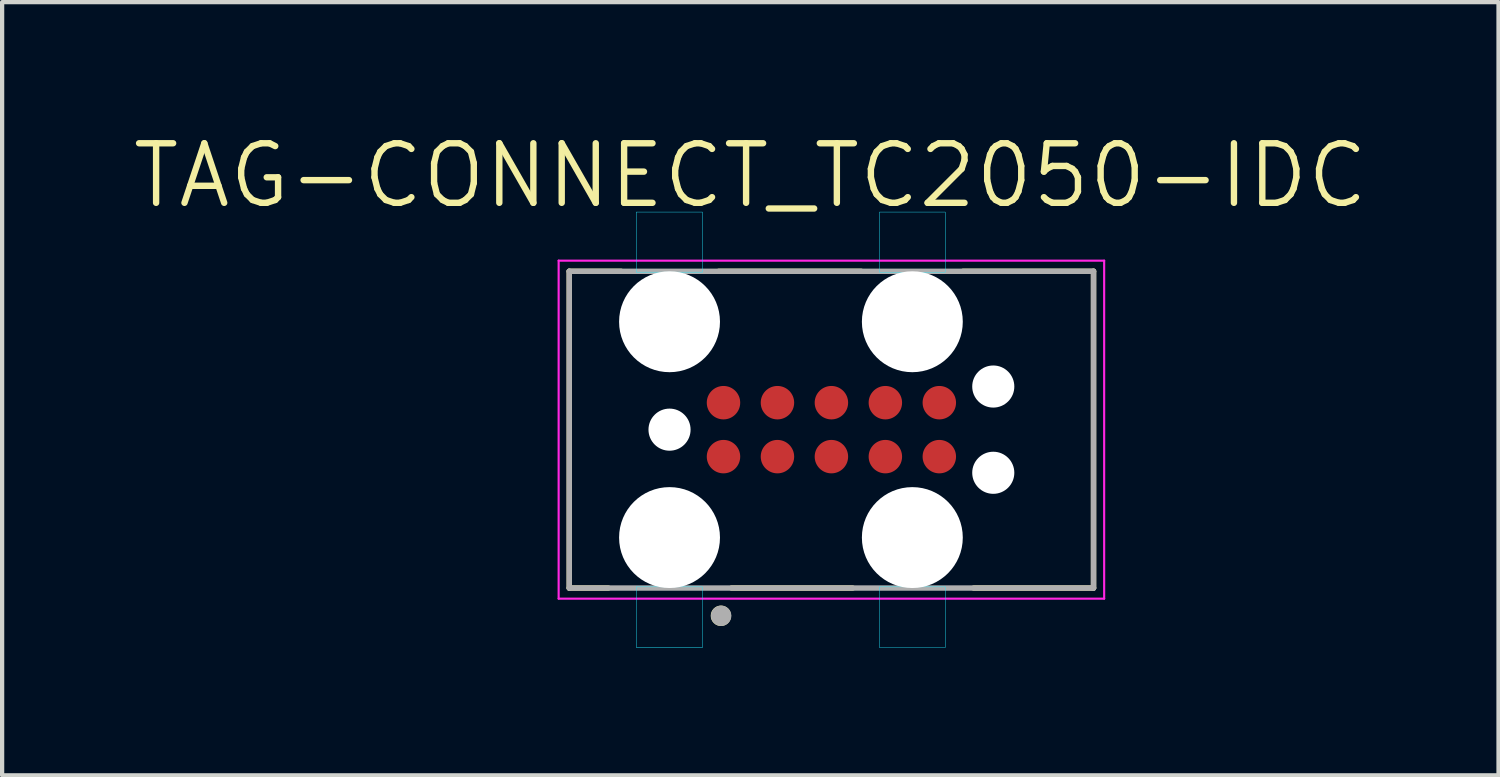
<source format=kicad_pcb>
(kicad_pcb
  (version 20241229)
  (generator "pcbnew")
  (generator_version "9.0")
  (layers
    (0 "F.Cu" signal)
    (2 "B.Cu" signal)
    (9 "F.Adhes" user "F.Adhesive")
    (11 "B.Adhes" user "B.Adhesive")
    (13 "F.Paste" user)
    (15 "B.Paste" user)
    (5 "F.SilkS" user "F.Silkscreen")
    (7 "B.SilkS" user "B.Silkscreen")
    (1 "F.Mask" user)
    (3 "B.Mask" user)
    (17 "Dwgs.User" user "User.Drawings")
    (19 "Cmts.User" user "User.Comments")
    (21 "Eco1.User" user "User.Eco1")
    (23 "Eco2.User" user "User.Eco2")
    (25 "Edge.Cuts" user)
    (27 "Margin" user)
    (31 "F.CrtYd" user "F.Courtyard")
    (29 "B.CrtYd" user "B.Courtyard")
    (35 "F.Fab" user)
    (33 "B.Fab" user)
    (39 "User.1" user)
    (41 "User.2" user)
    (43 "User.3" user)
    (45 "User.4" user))
  (footprint "TAG-CONNECT_TC2050-IDC"
    (layer "F.Cu")
    (at 16.519 7.063)
    (property "Reference" "TAG-CONNECT_TC2050-IDC" (at -1.908 -5.98 0) (layer "F.SilkS") (effects (font (size 1.402 1.402) (thickness 0.15))))
    (attr smd)
    (fp_line (start -6.17 -3.728) (end -4.95 -3.728) (stroke (width 0.127) (type solid)) (layer "F.SilkS"))
    (fp_line (start -6.17 3.728) (end -6.17 -3.728) (stroke (width 0.127) (type solid)) (layer "F.SilkS"))
    (fp_line (start -5.25 3.728) (end -6.17 3.728) (stroke (width 0.127) (type solid)) (layer "F.SilkS"))
    (fp_line (start -2.65 -3.728) (end 0.7 -3.728) (stroke (width 0.127) (type solid)) (layer "F.SilkS"))
    (fp_line (start 0.5 3.728) (end -2.35 3.728) (stroke (width 0.127) (type solid)) (layer "F.SilkS"))
    (fp_line (start 3.1 -3.728) (end 6.17 -3.728) (stroke (width 0.127) (type solid)) (layer "F.SilkS"))
    (fp_line (start 6.17 -3.728) (end 6.17 3.728) (stroke (width 0.127) (type solid)) (layer "F.SilkS"))
    (fp_line (start 6.17 3.728) (end 3.35 3.728) (stroke (width 0.127) (type solid)) (layer "F.SilkS"))
    (fp_circle (center -2.6 4.381) (end -2.48 4.381) (stroke (width 0.24) (type solid)) (fill no) (layer "F.SilkS"))
    (fp_poly (pts (xy -2.54 -0.241) (xy -2.54 0.241) (xy 2.54 0.241) (xy 2.54 -0.241)) (stroke (width 0.0001) (type solid)) (fill no) (layer "Dwgs.User"))
    (fp_poly (pts (xy -2.54 0) (xy -2.54 0.241) (xy 2.54 0.241) (xy 2.54 -0.241) (xy -2.54 -0.241)) (stroke (width 0.0001) (type solid)) (fill no) (layer "Dwgs.User"))
    (fp_poly (pts (xy -2.54 0.241) (xy -1.27 0.241) (xy -1.291 0.242) (xy -1.311 0.243) (xy -1.332 0.246) (xy -1.352 0.25) (xy -1.372 0.255) (xy -1.392 0.261) (xy -1.411 0.267) (xy -1.43 0.275) (xy -1.449 0.284) (xy -1.467 0.294) (xy -1.484 0.305) (xy -1.501 0.316) (xy -1.518 0.329) (xy -1.533 0.342) (xy -1.548 0.357) (xy -1.563 0.372) (xy -1.576 0.387) (xy -1.589 0.404) (xy -1.6 0.421) (xy -1.611 0.438) (xy -1.621 0.456) (xy -1.63 0.475) (xy -1.638 0.494) (xy -1.644 0.513) (xy -1.65 0.533) (xy -1.655 0.553) (xy -1.659 0.573) (xy -1.662 0.594) (xy -1.663 0.614) (xy -1.664 0.635) (xy -2.146 0.635) (xy -2.147 0.614) (xy -2.148 0.594) (xy -2.151 0.573) (xy -2.155 0.553) (xy -2.16 0.533) (xy -2.166 0.513) (xy -2.172 0.494) (xy -2.18 0.475) (xy -2.189 0.456) (xy -2.199 0.438) (xy -2.21 0.421) (xy -2.221 0.404) (xy -2.234 0.387) (xy -2.247 0.372) (xy -2.262 0.357) (xy -2.277 0.342) (xy -2.292 0.329) (xy -2.309 0.316) (xy -2.326 0.305) (xy -2.343 0.294) (xy -2.361 0.284) (xy -2.38 0.275) (xy -2.399 0.267) (xy -2.418 0.261) (xy -2.438 0.255) (xy -2.458 0.25) (xy -2.478 0.246) (xy -2.499 0.243) (xy -2.519 0.242) (xy -2.54 0.241) (xy -2.54 0.241)) (stroke (width 0.0001) (type solid)) (fill no) (layer "Dwgs.User"))
    (fp_poly (pts (xy -2.54 0.241) (xy -1.27 0.241) (xy -1.291 0.242) (xy -1.311 0.243) (xy -1.332 0.246) (xy -1.352 0.25) (xy -1.372 0.255) (xy -1.392 0.261) (xy -1.411 0.267) (xy -1.43 0.275) (xy -1.449 0.284) (xy -1.467 0.294) (xy -1.484 0.305) (xy -1.501 0.316) (xy -1.518 0.329) (xy -1.533 0.342) (xy -1.548 0.357) (xy -1.563 0.372) (xy -1.576 0.387) (xy -1.589 0.404) (xy -1.6 0.421) (xy -1.611 0.438) (xy -1.621 0.456) (xy -1.63 0.475) (xy -1.638 0.494) (xy -1.644 0.513) (xy -1.65 0.533) (xy -1.655 0.553) (xy -1.659 0.573) (xy -1.662 0.594) (xy -1.663 0.614) (xy -1.664 0.635) (xy -2.146 0.635) (xy -2.147 0.614) (xy -2.148 0.594) (xy -2.151 0.573) (xy -2.155 0.553) (xy -2.16 0.533) (xy -2.166 0.513) (xy -2.172 0.494) (xy -2.18 0.475) (xy -2.189 0.456) (xy -2.199 0.438) (xy -2.21 0.421) (xy -2.221 0.404) (xy -2.234 0.387) (xy -2.247 0.372) (xy -2.262 0.357) (xy -2.277 0.342) (xy -2.292 0.329) (xy -2.309 0.316) (xy -2.326 0.305) (xy -2.343 0.294) (xy -2.361 0.284) (xy -2.38 0.275) (xy -2.399 0.267) (xy -2.418 0.261) (xy -2.438 0.255) (xy -2.458 0.25) (xy -2.478 0.246) (xy -2.499 0.243) (xy -2.519 0.242) (xy -2.54 0.241) (xy -2.54 0.241)) (stroke (width 0.0001) (type solid)) (fill no) (layer "Dwgs.User"))
    (fp_poly (pts (xy -1.27 -0.241) (xy -2.54 -0.241) (xy -2.519 -0.242) (xy -2.499 -0.243) (xy -2.478 -0.246) (xy -2.458 -0.25) (xy -2.438 -0.255) (xy -2.418 -0.261) (xy -2.399 -0.267) (xy -2.38 -0.275) (xy -2.361 -0.284) (xy -2.343 -0.294) (xy -2.326 -0.305) (xy -2.309 -0.316) (xy -2.292 -0.329) (xy -2.277 -0.342) (xy -2.262 -0.357) (xy -2.247 -0.372) (xy -2.234 -0.387) (xy -2.221 -0.404) (xy -2.21 -0.421) (xy -2.199 -0.438) (xy -2.189 -0.456) (xy -2.18 -0.475) (xy -2.172 -0.494) (xy -2.166 -0.513) (xy -2.16 -0.533) (xy -2.155 -0.553) (xy -2.151 -0.573) (xy -2.148 -0.594) (xy -2.147 -0.614) (xy -2.146 -0.635) (xy -1.664 -0.635) (xy -1.663 -0.614) (xy -1.662 -0.594) (xy -1.659 -0.573) (xy -1.655 -0.553) (xy -1.65 -0.533) (xy -1.644 -0.513) (xy -1.638 -0.494) (xy -1.63 -0.475) (xy -1.621 -0.456) (xy -1.611 -0.438) (xy -1.6 -0.421) (xy -1.589 -0.404) (xy -1.576 -0.387) (xy -1.563 -0.372) (xy -1.548 -0.357) (xy -1.533 -0.342) (xy -1.518 -0.329) (xy -1.501 -0.316) (xy -1.484 -0.305) (xy -1.467 -0.294) (xy -1.449 -0.284) (xy -1.43 -0.275) (xy -1.411 -0.267) (xy -1.392 -0.261) (xy -1.372 -0.255) (xy -1.352 -0.25) (xy -1.332 -0.246) (xy -1.311 -0.243) (xy -1.291 -0.242) (xy -1.27 -0.241) (xy -1.27 -0.241)) (stroke (width 0.0001) (type solid)) (fill no) (layer "Dwgs.User"))
    (fp_poly (pts (xy -1.27 -0.241) (xy -2.54 -0.241) (xy -2.519 -0.242) (xy -2.499 -0.243) (xy -2.478 -0.246) (xy -2.458 -0.25) (xy -2.438 -0.255) (xy -2.418 -0.261) (xy -2.399 -0.267) (xy -2.38 -0.275) (xy -2.361 -0.284) (xy -2.343 -0.294) (xy -2.326 -0.305) (xy -2.309 -0.316) (xy -2.292 -0.329) (xy -2.277 -0.342) (xy -2.262 -0.357) (xy -2.247 -0.372) (xy -2.234 -0.387) (xy -2.221 -0.404) (xy -2.21 -0.421) (xy -2.199 -0.438) (xy -2.189 -0.456) (xy -2.18 -0.475) (xy -2.172 -0.494) (xy -2.166 -0.513) (xy -2.16 -0.533) (xy -2.155 -0.553) (xy -2.151 -0.573) (xy -2.148 -0.594) (xy -2.147 -0.614) (xy -2.146 -0.635) (xy -1.664 -0.635) (xy -1.663 -0.614) (xy -1.662 -0.594) (xy -1.659 -0.573) (xy -1.655 -0.553) (xy -1.65 -0.533) (xy -1.644 -0.513) (xy -1.638 -0.494) (xy -1.63 -0.475) (xy -1.621 -0.456) (xy -1.611 -0.438) (xy -1.6 -0.421) (xy -1.589 -0.404) (xy -1.576 -0.387) (xy -1.563 -0.372) (xy -1.548 -0.357) (xy -1.533 -0.342) (xy -1.518 -0.329) (xy -1.501 -0.316) (xy -1.484 -0.305) (xy -1.467 -0.294) (xy -1.449 -0.284) (xy -1.43 -0.275) (xy -1.411 -0.267) (xy -1.392 -0.261) (xy -1.372 -0.255) (xy -1.352 -0.25) (xy -1.332 -0.246) (xy -1.311 -0.243) (xy -1.291 -0.242) (xy -1.27 -0.241) (xy -1.27 -0.241)) (stroke (width 0.0001) (type solid)) (fill no) (layer "Dwgs.User"))
    (fp_poly (pts (xy -1.27 0.241) (xy 0 0.241) (xy -0.021 0.242) (xy -0.041 0.243) (xy -0.062 0.246) (xy -0.082 0.25) (xy -0.102 0.255) (xy -0.122 0.261) (xy -0.141 0.267) (xy -0.16 0.275) (xy -0.179 0.284) (xy -0.197 0.294) (xy -0.214 0.305) (xy -0.231 0.316) (xy -0.248 0.329) (xy -0.263 0.342) (xy -0.278 0.357) (xy -0.293 0.372) (xy -0.306 0.387) (xy -0.319 0.404) (xy -0.33 0.421) (xy -0.341 0.438) (xy -0.351 0.456) (xy -0.36 0.475) (xy -0.368 0.494) (xy -0.374 0.513) (xy -0.38 0.533) (xy -0.385 0.553) (xy -0.389 0.573) (xy -0.392 0.594) (xy -0.393 0.614) (xy -0.394 0.635) (xy -0.876 0.635) (xy -0.877 0.614) (xy -0.878 0.594) (xy -0.881 0.573) (xy -0.885 0.553) (xy -0.89 0.533) (xy -0.896 0.513) (xy -0.902 0.494) (xy -0.91 0.475) (xy -0.919 0.456) (xy -0.929 0.438) (xy -0.94 0.421) (xy -0.951 0.404) (xy -0.964 0.387) (xy -0.977 0.372) (xy -0.992 0.357) (xy -1.007 0.342) (xy -1.022 0.329) (xy -1.039 0.316) (xy -1.056 0.305) (xy -1.073 0.294) (xy -1.091 0.284) (xy -1.11 0.275) (xy -1.129 0.267) (xy -1.148 0.261) (xy -1.168 0.255) (xy -1.188 0.25) (xy -1.208 0.246) (xy -1.229 0.243) (xy -1.249 0.242) (xy -1.27 0.241) (xy -1.27 0.241)) (stroke (width 0.0001) (type solid)) (fill no) (layer "Dwgs.User"))
    (fp_poly (pts (xy -1.27 0.241) (xy 0 0.241) (xy -0.021 0.242) (xy -0.041 0.243) (xy -0.062 0.246) (xy -0.082 0.25) (xy -0.102 0.255) (xy -0.122 0.261) (xy -0.141 0.267) (xy -0.16 0.275) (xy -0.179 0.284) (xy -0.197 0.294) (xy -0.214 0.305) (xy -0.231 0.316) (xy -0.248 0.329) (xy -0.263 0.342) (xy -0.278 0.357) (xy -0.293 0.372) (xy -0.306 0.387) (xy -0.319 0.404) (xy -0.33 0.421) (xy -0.341 0.438) (xy -0.351 0.456) (xy -0.36 0.475) (xy -0.368 0.494) (xy -0.374 0.513) (xy -0.38 0.533) (xy -0.385 0.553) (xy -0.389 0.573) (xy -0.392 0.594) (xy -0.393 0.614) (xy -0.394 0.635) (xy -0.876 0.635) (xy -0.877 0.614) (xy -0.878 0.594) (xy -0.881 0.573) (xy -0.885 0.553) (xy -0.89 0.533) (xy -0.896 0.513) (xy -0.902 0.494) (xy -0.91 0.475) (xy -0.919 0.456) (xy -0.929 0.438) (xy -0.94 0.421) (xy -0.951 0.404) (xy -0.964 0.387) (xy -0.977 0.372) (xy -0.992 0.357) (xy -1.007 0.342) (xy -1.022 0.329) (xy -1.039 0.316) (xy -1.056 0.305) (xy -1.073 0.294) (xy -1.091 0.284) (xy -1.11 0.275) (xy -1.129 0.267) (xy -1.148 0.261) (xy -1.168 0.255) (xy -1.188 0.25) (xy -1.208 0.246) (xy -1.229 0.243) (xy -1.249 0.242) (xy -1.27 0.241) (xy -1.27 0.241)) (stroke (width 0.0001) (type solid)) (fill no) (layer "Dwgs.User"))
    (fp_poly (pts (xy 0 -0.241) (xy -1.27 -0.241) (xy -1.249 -0.242) (xy -1.229 -0.243) (xy -1.208 -0.246) (xy -1.188 -0.25) (xy -1.168 -0.255) (xy -1.148 -0.261) (xy -1.129 -0.267) (xy -1.11 -0.275) (xy -1.091 -0.284) (xy -1.073 -0.294) (xy -1.056 -0.305) (xy -1.039 -0.316) (xy -1.022 -0.329) (xy -1.007 -0.342) (xy -0.992 -0.357) (xy -0.977 -0.372) (xy -0.964 -0.387) (xy -0.951 -0.404) (xy -0.94 -0.421) (xy -0.929 -0.438) (xy -0.919 -0.456) (xy -0.91 -0.475) (xy -0.902 -0.494) (xy -0.896 -0.513) (xy -0.89 -0.533) (xy -0.885 -0.553) (xy -0.881 -0.573) (xy -0.878 -0.594) (xy -0.877 -0.614) (xy -0.876 -0.635) (xy -0.394 -0.635) (xy -0.393 -0.614) (xy -0.392 -0.594) (xy -0.389 -0.573) (xy -0.385 -0.553) (xy -0.38 -0.533) (xy -0.374 -0.513) (xy -0.368 -0.494) (xy -0.36 -0.475) (xy -0.351 -0.456) (xy -0.341 -0.438) (xy -0.33 -0.421) (xy -0.319 -0.404) (xy -0.306 -0.387) (xy -0.293 -0.372) (xy -0.278 -0.357) (xy -0.263 -0.342) (xy -0.248 -0.329) (xy -0.231 -0.316) (xy -0.214 -0.305) (xy -0.197 -0.294) (xy -0.179 -0.284) (xy -0.16 -0.275) (xy -0.141 -0.267) (xy -0.122 -0.261) (xy -0.102 -0.255) (xy -0.082 -0.25) (xy -0.062 -0.246) (xy -0.041 -0.243) (xy -0.021 -0.242) (xy 0 -0.241) (xy 0 -0.241)) (stroke (width 0.0001) (type solid)) (fill no) (layer "Dwgs.User"))
    (fp_poly (pts (xy 0 -0.241) (xy -1.27 -0.241) (xy -1.249 -0.242) (xy -1.229 -0.243) (xy -1.208 -0.246) (xy -1.188 -0.25) (xy -1.168 -0.255) (xy -1.148 -0.261) (xy -1.129 -0.267) (xy -1.11 -0.275) (xy -1.091 -0.284) (xy -1.073 -0.294) (xy -1.056 -0.305) (xy -1.039 -0.316) (xy -1.022 -0.329) (xy -1.007 -0.342) (xy -0.992 -0.357) (xy -0.977 -0.372) (xy -0.964 -0.387) (xy -0.951 -0.404) (xy -0.94 -0.421) (xy -0.929 -0.438) (xy -0.919 -0.456) (xy -0.91 -0.475) (xy -0.902 -0.494) (xy -0.896 -0.513) (xy -0.89 -0.533) (xy -0.885 -0.553) (xy -0.881 -0.573) (xy -0.878 -0.594) (xy -0.877 -0.614) (xy -0.876 -0.635) (xy -0.394 -0.635) (xy -0.393 -0.614) (xy -0.392 -0.594) (xy -0.389 -0.573) (xy -0.385 -0.553) (xy -0.38 -0.533) (xy -0.374 -0.513) (xy -0.368 -0.494) (xy -0.36 -0.475) (xy -0.351 -0.456) (xy -0.341 -0.438) (xy -0.33 -0.421) (xy -0.319 -0.404) (xy -0.306 -0.387) (xy -0.293 -0.372) (xy -0.278 -0.357) (xy -0.263 -0.342) (xy -0.248 -0.329) (xy -0.231 -0.316) (xy -0.214 -0.305) (xy -0.197 -0.294) (xy -0.179 -0.284) (xy -0.16 -0.275) (xy -0.141 -0.267) (xy -0.122 -0.261) (xy -0.102 -0.255) (xy -0.082 -0.25) (xy -0.062 -0.246) (xy -0.041 -0.243) (xy -0.021 -0.242) (xy 0 -0.241) (xy 0 -0.241)) (stroke (width 0.0001) (type solid)) (fill no) (layer "Dwgs.User"))
    (fp_poly (pts (xy 0 0.241) (xy 1.27 0.241) (xy 1.249 0.242) (xy 1.229 0.243) (xy 1.208 0.246) (xy 1.188 0.25) (xy 1.168 0.255) (xy 1.148 0.261) (xy 1.129 0.267) (xy 1.11 0.275) (xy 1.091 0.284) (xy 1.073 0.294) (xy 1.056 0.305) (xy 1.039 0.316) (xy 1.022 0.329) (xy 1.007 0.342) (xy 0.992 0.357) (xy 0.977 0.372) (xy 0.964 0.387) (xy 0.951 0.404) (xy 0.94 0.421) (xy 0.929 0.438) (xy 0.919 0.456) (xy 0.91 0.475) (xy 0.902 0.494) (xy 0.896 0.513) (xy 0.89 0.533) (xy 0.885 0.553) (xy 0.881 0.573) (xy 0.878 0.594) (xy 0.877 0.614) (xy 0.876 0.635) (xy 0.394 0.635) (xy 0.393 0.614) (xy 0.392 0.594) (xy 0.389 0.573) (xy 0.385 0.553) (xy 0.38 0.533) (xy 0.374 0.513) (xy 0.368 0.494) (xy 0.36 0.475) (xy 0.351 0.456) (xy 0.341 0.438) (xy 0.33 0.421) (xy 0.319 0.404) (xy 0.306 0.387) (xy 0.293 0.372) (xy 0.278 0.357) (xy 0.263 0.342) (xy 0.248 0.329) (xy 0.231 0.316) (xy 0.214 0.305) (xy 0.197 0.294) (xy 0.179 0.284) (xy 0.16 0.275) (xy 0.141 0.267) (xy 0.122 0.261) (xy 0.102 0.255) (xy 0.082 0.25) (xy 0.062 0.246) (xy 0.041 0.243) (xy 0.021 0.242) (xy 0 0.241) (xy 0 0.241)) (stroke (width 0.0001) (type solid)) (fill no) (layer "Dwgs.User"))
    (fp_poly (pts (xy 0 0.241) (xy 1.27 0.241) (xy 1.249 0.242) (xy 1.229 0.243) (xy 1.208 0.246) (xy 1.188 0.25) (xy 1.168 0.255) (xy 1.148 0.261) (xy 1.129 0.267) (xy 1.11 0.275) (xy 1.091 0.284) (xy 1.073 0.294) (xy 1.056 0.305) (xy 1.039 0.316) (xy 1.022 0.329) (xy 1.007 0.342) (xy 0.992 0.357) (xy 0.977 0.372) (xy 0.964 0.387) (xy 0.951 0.404) (xy 0.94 0.421) (xy 0.929 0.438) (xy 0.919 0.456) (xy 0.91 0.475) (xy 0.902 0.494) (xy 0.896 0.513) (xy 0.89 0.533) (xy 0.885 0.553) (xy 0.881 0.573) (xy 0.878 0.594) (xy 0.877 0.614) (xy 0.876 0.635) (xy 0.394 0.635) (xy 0.393 0.614) (xy 0.392 0.594) (xy 0.389 0.573) (xy 0.385 0.553) (xy 0.38 0.533) (xy 0.374 0.513) (xy 0.368 0.494) (xy 0.36 0.475) (xy 0.351 0.456) (xy 0.341 0.438) (xy 0.33 0.421) (xy 0.319 0.404) (xy 0.306 0.387) (xy 0.293 0.372) (xy 0.278 0.357) (xy 0.263 0.342) (xy 0.248 0.329) (xy 0.231 0.316) (xy 0.214 0.305) (xy 0.197 0.294) (xy 0.179 0.284) (xy 0.16 0.275) (xy 0.141 0.267) (xy 0.122 0.261) (xy 0.102 0.255) (xy 0.082 0.25) (xy 0.062 0.246) (xy 0.041 0.243) (xy 0.021 0.242) (xy 0 0.241) (xy 0 0.241)) (stroke (width 0.0001) (type solid)) (fill no) (layer "Dwgs.User"))
    (fp_poly (pts (xy 1.27 -0.241) (xy 0 -0.241) (xy 0.021 -0.242) (xy 0.041 -0.243) (xy 0.062 -0.246) (xy 0.082 -0.25) (xy 0.102 -0.255) (xy 0.122 -0.261) (xy 0.141 -0.267) (xy 0.16 -0.275) (xy 0.179 -0.284) (xy 0.197 -0.294) (xy 0.214 -0.305) (xy 0.231 -0.316) (xy 0.248 -0.329) (xy 0.263 -0.342) (xy 0.278 -0.357) (xy 0.293 -0.372) (xy 0.306 -0.387) (xy 0.319 -0.404) (xy 0.33 -0.421) (xy 0.341 -0.438) (xy 0.351 -0.456) (xy 0.36 -0.475) (xy 0.368 -0.494) (xy 0.374 -0.513) (xy 0.38 -0.533) (xy 0.385 -0.553) (xy 0.389 -0.573) (xy 0.392 -0.594) (xy 0.393 -0.614) (xy 0.394 -0.635) (xy 0.876 -0.635) (xy 0.877 -0.614) (xy 0.878 -0.594) (xy 0.881 -0.573) (xy 0.885 -0.553) (xy 0.89 -0.533) (xy 0.896 -0.513) (xy 0.902 -0.494) (xy 0.91 -0.475) (xy 0.919 -0.456) (xy 0.929 -0.438) (xy 0.94 -0.421) (xy 0.951 -0.404) (xy 0.964 -0.387) (xy 0.977 -0.372) (xy 0.992 -0.357) (xy 1.007 -0.342) (xy 1.022 -0.329) (xy 1.039 -0.316) (xy 1.056 -0.305) (xy 1.073 -0.294) (xy 1.091 -0.284) (xy 1.11 -0.275) (xy 1.129 -0.267) (xy 1.148 -0.261) (xy 1.168 -0.255) (xy 1.188 -0.25) (xy 1.208 -0.246) (xy 1.229 -0.243) (xy 1.249 -0.242) (xy 1.27 -0.241) (xy 1.27 -0.241)) (stroke (width 0.0001) (type solid)) (fill no) (layer "Dwgs.User"))
    (fp_poly (pts (xy 1.27 -0.241) (xy 0 -0.241) (xy 0.021 -0.242) (xy 0.041 -0.243) (xy 0.062 -0.246) (xy 0.082 -0.25) (xy 0.102 -0.255) (xy 0.122 -0.261) (xy 0.141 -0.267) (xy 0.16 -0.275) (xy 0.179 -0.284) (xy 0.197 -0.294) (xy 0.214 -0.305) (xy 0.231 -0.316) (xy 0.248 -0.329) (xy 0.263 -0.342) (xy 0.278 -0.357) (xy 0.293 -0.372) (xy 0.306 -0.387) (xy 0.319 -0.404) (xy 0.33 -0.421) (xy 0.341 -0.438) (xy 0.351 -0.456) (xy 0.36 -0.475) (xy 0.368 -0.494) (xy 0.374 -0.513) (xy 0.38 -0.533) (xy 0.385 -0.553) (xy 0.389 -0.573) (xy 0.392 -0.594) (xy 0.393 -0.614) (xy 0.394 -0.635) (xy 0.876 -0.635) (xy 0.877 -0.614) (xy 0.878 -0.594) (xy 0.881 -0.573) (xy 0.885 -0.553) (xy 0.89 -0.533) (xy 0.896 -0.513) (xy 0.902 -0.494) (xy 0.91 -0.475) (xy 0.919 -0.456) (xy 0.929 -0.438) (xy 0.94 -0.421) (xy 0.951 -0.404) (xy 0.964 -0.387) (xy 0.977 -0.372) (xy 0.992 -0.357) (xy 1.007 -0.342) (xy 1.022 -0.329) (xy 1.039 -0.316) (xy 1.056 -0.305) (xy 1.073 -0.294) (xy 1.091 -0.284) (xy 1.11 -0.275) (xy 1.129 -0.267) (xy 1.148 -0.261) (xy 1.168 -0.255) (xy 1.188 -0.25) (xy 1.208 -0.246) (xy 1.229 -0.243) (xy 1.249 -0.242) (xy 1.27 -0.241) (xy 1.27 -0.241)) (stroke (width 0.0001) (type solid)) (fill no) (layer "Dwgs.User"))
    (fp_poly (pts (xy 1.27 0.241) (xy 2.54 0.241) (xy 2.519 0.242) (xy 2.499 0.243) (xy 2.478 0.246) (xy 2.458 0.25) (xy 2.438 0.255) (xy 2.418 0.261) (xy 2.399 0.267) (xy 2.38 0.275) (xy 2.361 0.284) (xy 2.343 0.294) (xy 2.326 0.305) (xy 2.309 0.316) (xy 2.292 0.329) (xy 2.277 0.342) (xy 2.262 0.357) (xy 2.247 0.372) (xy 2.234 0.387) (xy 2.221 0.404) (xy 2.21 0.421) (xy 2.199 0.438) (xy 2.189 0.456) (xy 2.18 0.475) (xy 2.172 0.494) (xy 2.166 0.513) (xy 2.16 0.533) (xy 2.155 0.553) (xy 2.151 0.573) (xy 2.148 0.594) (xy 2.147 0.614) (xy 2.146 0.635) (xy 1.664 0.635) (xy 1.663 0.614) (xy 1.662 0.594) (xy 1.659 0.573) (xy 1.655 0.553) (xy 1.65 0.533) (xy 1.644 0.513) (xy 1.638 0.494) (xy 1.63 0.475) (xy 1.621 0.456) (xy 1.611 0.438) (xy 1.6 0.421) (xy 1.589 0.404) (xy 1.576 0.387) (xy 1.563 0.372) (xy 1.548 0.357) (xy 1.533 0.342) (xy 1.518 0.329) (xy 1.501 0.316) (xy 1.484 0.305) (xy 1.467 0.294) (xy 1.449 0.284) (xy 1.43 0.275) (xy 1.411 0.267) (xy 1.392 0.261) (xy 1.372 0.255) (xy 1.352 0.25) (xy 1.332 0.246) (xy 1.311 0.243) (xy 1.291 0.242) (xy 1.27 0.241) (xy 1.27 0.241)) (stroke (width 0.0001) (type solid)) (fill no) (layer "Dwgs.User"))
    (fp_poly (pts (xy 1.27 0.241) (xy 2.54 0.241) (xy 2.519 0.242) (xy 2.499 0.243) (xy 2.478 0.246) (xy 2.458 0.25) (xy 2.438 0.255) (xy 2.418 0.261) (xy 2.399 0.267) (xy 2.38 0.275) (xy 2.361 0.284) (xy 2.343 0.294) (xy 2.326 0.305) (xy 2.309 0.316) (xy 2.292 0.329) (xy 2.277 0.342) (xy 2.262 0.357) (xy 2.247 0.372) (xy 2.234 0.387) (xy 2.221 0.404) (xy 2.21 0.421) (xy 2.199 0.438) (xy 2.189 0.456) (xy 2.18 0.475) (xy 2.172 0.494) (xy 2.166 0.513) (xy 2.16 0.533) (xy 2.155 0.553) (xy 2.151 0.573) (xy 2.148 0.594) (xy 2.147 0.614) (xy 2.146 0.635) (xy 1.664 0.635) (xy 1.663 0.614) (xy 1.662 0.594) (xy 1.659 0.573) (xy 1.655 0.553) (xy 1.65 0.533) (xy 1.644 0.513) (xy 1.638 0.494) (xy 1.63 0.475) (xy 1.621 0.456) (xy 1.611 0.438) (xy 1.6 0.421) (xy 1.589 0.404) (xy 1.576 0.387) (xy 1.563 0.372) (xy 1.548 0.357) (xy 1.533 0.342) (xy 1.518 0.329) (xy 1.501 0.316) (xy 1.484 0.305) (xy 1.467 0.294) (xy 1.449 0.284) (xy 1.43 0.275) (xy 1.411 0.267) (xy 1.392 0.261) (xy 1.372 0.255) (xy 1.352 0.25) (xy 1.332 0.246) (xy 1.311 0.243) (xy 1.291 0.242) (xy 1.27 0.241) (xy 1.27 0.241)) (stroke (width 0.0001) (type solid)) (fill no) (layer "Dwgs.User"))
    (fp_poly (pts (xy 2.54 -0.241) (xy 1.27 -0.241) (xy 1.291 -0.242) (xy 1.311 -0.243) (xy 1.332 -0.246) (xy 1.352 -0.25) (xy 1.372 -0.255) (xy 1.392 -0.261) (xy 1.411 -0.267) (xy 1.43 -0.275) (xy 1.449 -0.284) (xy 1.467 -0.294) (xy 1.484 -0.305) (xy 1.501 -0.316) (xy 1.518 -0.329) (xy 1.533 -0.342) (xy 1.548 -0.357) (xy 1.563 -0.372) (xy 1.576 -0.387) (xy 1.589 -0.404) (xy 1.6 -0.421) (xy 1.611 -0.438) (xy 1.621 -0.456) (xy 1.63 -0.475) (xy 1.638 -0.494) (xy 1.644 -0.513) (xy 1.65 -0.533) (xy 1.655 -0.553) (xy 1.659 -0.573) (xy 1.662 -0.594) (xy 1.663 -0.614) (xy 1.664 -0.635) (xy 2.146 -0.635) (xy 2.147 -0.614) (xy 2.148 -0.594) (xy 2.151 -0.573) (xy 2.155 -0.553) (xy 2.16 -0.533) (xy 2.166 -0.513) (xy 2.172 -0.494) (xy 2.18 -0.475) (xy 2.189 -0.456) (xy 2.199 -0.438) (xy 2.21 -0.421) (xy 2.221 -0.404) (xy 2.234 -0.387) (xy 2.247 -0.372) (xy 2.262 -0.357) (xy 2.277 -0.342) (xy 2.292 -0.329) (xy 2.309 -0.316) (xy 2.326 -0.305) (xy 2.343 -0.294) (xy 2.361 -0.284) (xy 2.38 -0.275) (xy 2.399 -0.267) (xy 2.418 -0.261) (xy 2.438 -0.255) (xy 2.458 -0.25) (xy 2.478 -0.246) (xy 2.499 -0.243) (xy 2.519 -0.242) (xy 2.54 -0.241) (xy 2.54 -0.241)) (stroke (width 0.0001) (type solid)) (fill no) (layer "Dwgs.User"))
    (fp_poly (pts (xy 2.54 -0.241) (xy 1.27 -0.241) (xy 1.291 -0.242) (xy 1.311 -0.243) (xy 1.332 -0.246) (xy 1.352 -0.25) (xy 1.372 -0.255) (xy 1.392 -0.261) (xy 1.411 -0.267) (xy 1.43 -0.275) (xy 1.449 -0.284) (xy 1.467 -0.294) (xy 1.484 -0.305) (xy 1.501 -0.316) (xy 1.518 -0.329) (xy 1.533 -0.342) (xy 1.548 -0.357) (xy 1.563 -0.372) (xy 1.576 -0.387) (xy 1.589 -0.404) (xy 1.6 -0.421) (xy 1.611 -0.438) (xy 1.621 -0.456) (xy 1.63 -0.475) (xy 1.638 -0.494) (xy 1.644 -0.513) (xy 1.65 -0.533) (xy 1.655 -0.553) (xy 1.659 -0.573) (xy 1.662 -0.594) (xy 1.663 -0.614) (xy 1.664 -0.635) (xy 2.146 -0.635) (xy 2.147 -0.614) (xy 2.148 -0.594) (xy 2.151 -0.573) (xy 2.155 -0.553) (xy 2.16 -0.533) (xy 2.166 -0.513) (xy 2.172 -0.494) (xy 2.18 -0.475) (xy 2.189 -0.456) (xy 2.199 -0.438) (xy 2.21 -0.421) (xy 2.221 -0.404) (xy 2.234 -0.387) (xy 2.247 -0.372) (xy 2.262 -0.357) (xy 2.277 -0.342) (xy 2.292 -0.329) (xy 2.309 -0.316) (xy 2.326 -0.305) (xy 2.343 -0.294) (xy 2.361 -0.284) (xy 2.38 -0.275) (xy 2.399 -0.267) (xy 2.418 -0.261) (xy 2.438 -0.255) (xy 2.458 -0.25) (xy 2.478 -0.246) (xy 2.499 -0.243) (xy 2.519 -0.242) (xy 2.54 -0.241) (xy 2.54 -0.241)) (stroke (width 0.0001) (type solid)) (fill no) (layer "Dwgs.User"))
    (fp_poly (pts (xy -4.593 -5.122) (xy -3.035 -5.122) (xy -3.035 -3.707) (xy -4.593 -3.707)) (stroke (width 0.01) (type solid)) (fill no) (layer "B.CrtYd"))
    (fp_poly (pts (xy -4.59 3.7) (xy -3.035 3.7) (xy -3.035 5.129) (xy -4.59 5.129)) (stroke (width 0.01) (type solid)) (fill no) (layer "B.CrtYd"))
    (fp_poly (pts (xy 1.132 -5.122) (xy 2.679 -5.122) (xy 2.679 -3.706) (xy 1.132 -3.706)) (stroke (width 0.01) (type solid)) (fill no) (layer "B.CrtYd"))
    (fp_poly (pts (xy 1.132 3.7) (xy 2.679 3.7) (xy 2.679 5.13) (xy 1.132 5.13)) (stroke (width 0.01) (type solid)) (fill no) (layer "B.CrtYd"))
    (fp_line (start -6.42 -3.978) (end 6.42 -3.978) (stroke (width 0.05) (type solid)) (layer "F.CrtYd"))
    (fp_line (start -6.42 3.978) (end -6.42 -3.978) (stroke (width 0.05) (type solid)) (layer "F.CrtYd"))
    (fp_line (start 6.42 -3.978) (end 6.42 3.978) (stroke (width 0.05) (type solid)) (layer "F.CrtYd"))
    (fp_line (start 6.42 3.978) (end -6.42 3.978) (stroke (width 0.05) (type solid)) (layer "F.CrtYd"))
    (fp_line (start -6.17 -3.728) (end 6.17 -3.728) (stroke (width 0.127) (type solid)) (layer "F.Fab"))
    (fp_line (start -6.17 3.728) (end -6.17 -3.728) (stroke (width 0.127) (type solid)) (layer "F.Fab"))
    (fp_line (start 6.17 -3.728) (end 6.17 3.728) (stroke (width 0.127) (type solid)) (layer "F.Fab"))
    (fp_line (start 6.17 3.728) (end -6.17 3.728) (stroke (width 0.127) (type solid)) (layer "F.Fab"))
    (fp_circle (center -2.595 4.381) (end -2.475 4.381) (stroke (width 0.24) (type solid)) (fill no) (layer "F.Fab"))
    (pad "" np_thru_hole circle (at -3.81 -2.54) (size 2.375 2.375) (drill 2.375) (layers "*.Cu" "*.Mask"))
    (pad "" np_thru_hole circle (at -3.81 0) (size 0.991 0.991) (drill 0.991) (layers "*.Cu" "*.Mask"))
    (pad "" np_thru_hole circle (at -3.81 2.54) (size 2.375 2.375) (drill 2.375) (layers "*.Cu" "*.Mask"))
    (pad "" np_thru_hole circle (at 1.905 -2.54) (size 2.375 2.375) (drill 2.375) (layers "*.Cu" "*.Mask"))
    (pad "" np_thru_hole circle (at 1.905 2.54) (size 2.375 2.375) (drill 2.375) (layers "*.Cu" "*.Mask"))
    (pad "" np_thru_hole circle (at 3.81 -1.015) (size 0.991 0.991) (drill 0.991) (layers "*.Cu" "*.Mask"))
    (pad "" np_thru_hole circle (at 3.81 1.015) (size 0.991 0.991) (drill 0.991) (layers "*.Cu" "*.Mask"))
    (pad "1" smd circle (at -2.54 0.635) (size 0.787 0.787) (layers "F.Cu" "F.Mask"))
    (pad "2" smd circle (at -2.54 -0.635 180) (size 0.787 0.787) (layers "F.Cu" "F.Mask"))
    (pad "3" smd circle (at -1.27 0.635) (size 0.787 0.787) (layers "F.Cu" "F.Mask"))
    (pad "4" smd circle (at -1.27 -0.635 180) (size 0.787 0.787) (layers "F.Cu" "F.Mask"))
    (pad "5" smd circle (at 0 0.635) (size 0.787 0.787) (layers "F.Cu" "F.Mask"))
    (pad "6" smd circle (at 0 -0.635 180) (size 0.787 0.787) (layers "F.Cu" "F.Mask"))
    (pad "7" smd circle (at 1.27 0.635) (size 0.787 0.787) (layers "F.Cu" "F.Mask"))
    (pad "8" smd circle (at 1.27 -0.635 180) (size 0.787 0.787) (layers "F.Cu" "F.Mask"))
    (pad "9" smd circle (at 2.54 0.635) (size 0.787 0.787) (layers "F.Cu" "F.Mask"))
    (pad "10" smd circle (at 2.54 -0.635 180) (size 0.787 0.787) (layers "F.Cu" "F.Mask")))
  (gr_rect
    (start -3 -3)
    (end 32.221 15.199)
    (stroke (width 0.1) (type default))
    (fill no)
    (layer "Edge.Cuts")))
</source>
